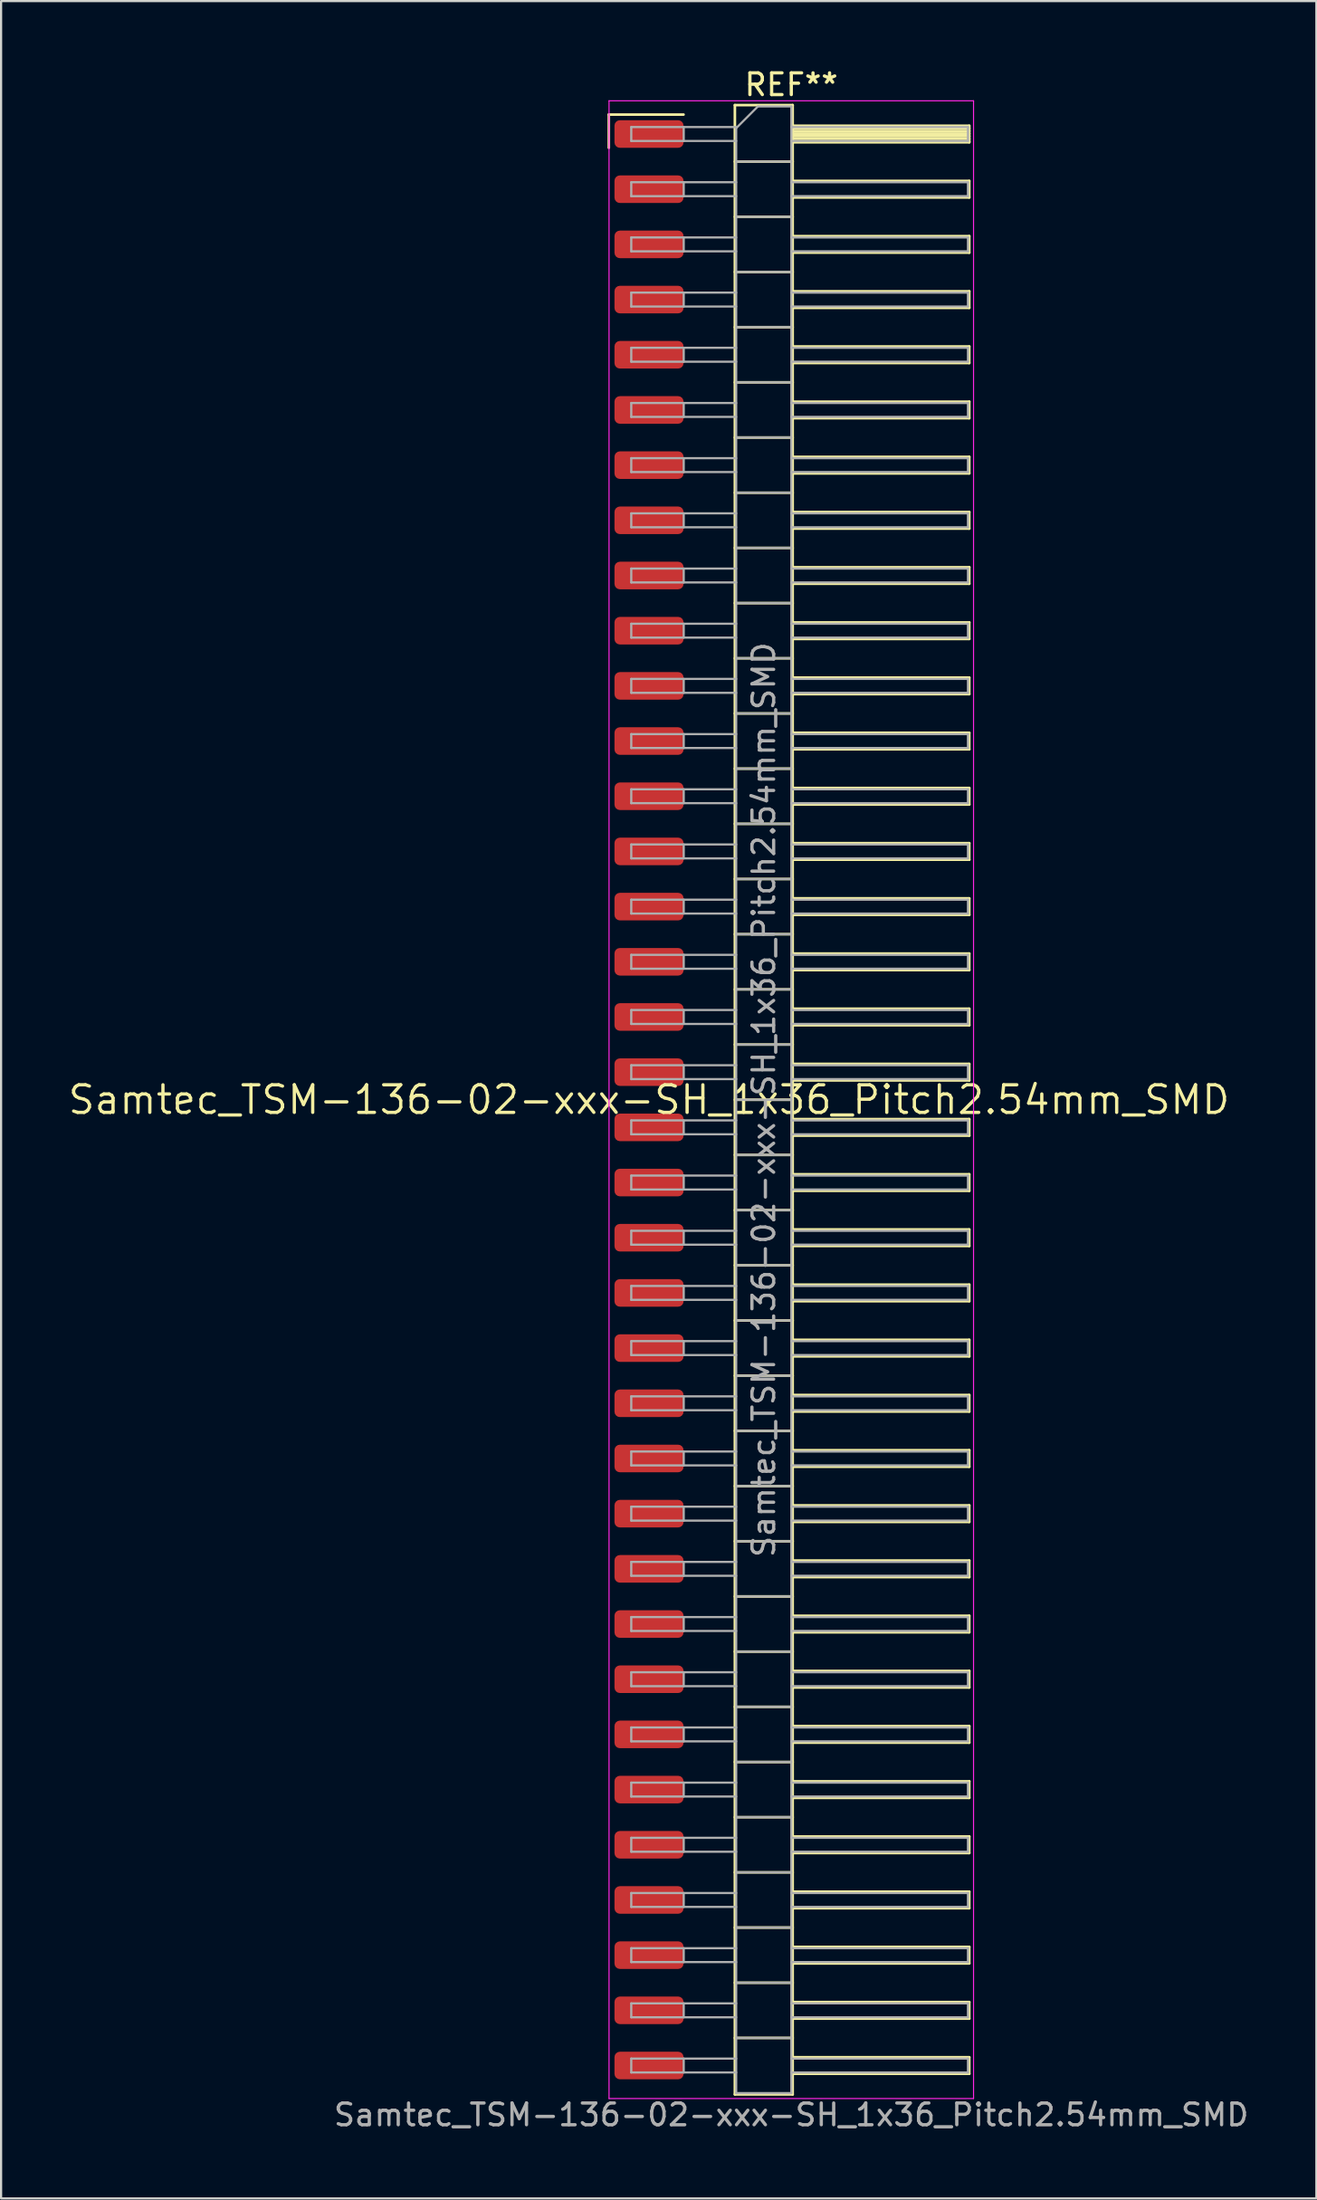
<source format=kicad_pcb>
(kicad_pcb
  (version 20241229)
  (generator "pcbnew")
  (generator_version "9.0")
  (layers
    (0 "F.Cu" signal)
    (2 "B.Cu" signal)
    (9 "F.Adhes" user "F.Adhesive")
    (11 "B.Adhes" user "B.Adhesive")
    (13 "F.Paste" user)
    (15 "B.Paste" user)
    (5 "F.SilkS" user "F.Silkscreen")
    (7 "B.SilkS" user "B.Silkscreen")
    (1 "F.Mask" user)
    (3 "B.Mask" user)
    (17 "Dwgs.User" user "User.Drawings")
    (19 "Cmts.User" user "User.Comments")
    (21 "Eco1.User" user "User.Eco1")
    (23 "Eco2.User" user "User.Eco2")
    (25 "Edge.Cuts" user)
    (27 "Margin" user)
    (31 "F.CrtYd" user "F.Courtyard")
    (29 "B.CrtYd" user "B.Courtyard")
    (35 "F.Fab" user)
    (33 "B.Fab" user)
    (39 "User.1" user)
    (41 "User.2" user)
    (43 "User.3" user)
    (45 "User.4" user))
  (footprint "Samtec_TSM-136-02-xxx-SH_1x36_Pitch2.54mm_SMD"
    (layer "F.Cu")
    (at 26.828 47.568)
    (property "Reference" "Samtec_TSM-136-02-xxx-SH_1x36_Pitch2.54mm_SMD" (at 0 0 0) (layer "F.SilkS") (effects (font (size 1.27 1.27) (thickness 0.15))))
    (attr smd)
    (fp_line (start -1.85 -45.345) (end 1.59 -45.345) (stroke (width 0.12) (type solid)) (layer "F.SilkS"))
    (fp_line (start -1.85 -43.815) (end -1.85 -45.345) (stroke (width 0.12) (type solid)) (layer "F.SilkS"))
    (fp_line (start 3.953 -45.78) (end 6.613 -45.78) (stroke (width 0.12) (type solid)) (layer "F.SilkS"))
    (fp_line (start 3.953 -43.18) (end 6.613 -43.18) (stroke (width 0.12) (type solid)) (layer "F.SilkS"))
    (fp_line (start 3.953 -40.64) (end 6.613 -40.64) (stroke (width 0.12) (type solid)) (layer "F.SilkS"))
    (fp_line (start 3.953 -38.1) (end 6.613 -38.1) (stroke (width 0.12) (type solid)) (layer "F.SilkS"))
    (fp_line (start 3.953 -35.56) (end 6.613 -35.56) (stroke (width 0.12) (type solid)) (layer "F.SilkS"))
    (fp_line (start 3.953 -33.02) (end 6.613 -33.02) (stroke (width 0.12) (type solid)) (layer "F.SilkS"))
    (fp_line (start 3.953 -30.48) (end 6.613 -30.48) (stroke (width 0.12) (type solid)) (layer "F.SilkS"))
    (fp_line (start 3.953 -27.94) (end 6.613 -27.94) (stroke (width 0.12) (type solid)) (layer "F.SilkS"))
    (fp_line (start 3.953 -25.4) (end 6.613 -25.4) (stroke (width 0.12) (type solid)) (layer "F.SilkS"))
    (fp_line (start 3.953 -22.86) (end 6.613 -22.86) (stroke (width 0.12) (type solid)) (layer "F.SilkS"))
    (fp_line (start 3.953 -20.32) (end 6.613 -20.32) (stroke (width 0.12) (type solid)) (layer "F.SilkS"))
    (fp_line (start 3.953 -17.78) (end 6.613 -17.78) (stroke (width 0.12) (type solid)) (layer "F.SilkS"))
    (fp_line (start 3.953 -15.24) (end 6.613 -15.24) (stroke (width 0.12) (type solid)) (layer "F.SilkS"))
    (fp_line (start 3.953 -12.7) (end 6.613 -12.7) (stroke (width 0.12) (type solid)) (layer "F.SilkS"))
    (fp_line (start 3.953 -10.16) (end 6.613 -10.16) (stroke (width 0.12) (type solid)) (layer "F.SilkS"))
    (fp_line (start 3.953 -7.62) (end 6.613 -7.62) (stroke (width 0.12) (type solid)) (layer "F.SilkS"))
    (fp_line (start 3.953 -5.08) (end 6.613 -5.08) (stroke (width 0.12) (type solid)) (layer "F.SilkS"))
    (fp_line (start 3.953 -2.54) (end 6.613 -2.54) (stroke (width 0.12) (type solid)) (layer "F.SilkS"))
    (fp_line (start 3.953 0) (end 6.613 0) (stroke (width 0.12) (type solid)) (layer "F.SilkS"))
    (fp_line (start 3.953 2.54) (end 6.613 2.54) (stroke (width 0.12) (type solid)) (layer "F.SilkS"))
    (fp_line (start 3.953 5.08) (end 6.613 5.08) (stroke (width 0.12) (type solid)) (layer "F.SilkS"))
    (fp_line (start 3.953 7.62) (end 6.613 7.62) (stroke (width 0.12) (type solid)) (layer "F.SilkS"))
    (fp_line (start 3.953 10.16) (end 6.613 10.16) (stroke (width 0.12) (type solid)) (layer "F.SilkS"))
    (fp_line (start 3.953 12.7) (end 6.613 12.7) (stroke (width 0.12) (type solid)) (layer "F.SilkS"))
    (fp_line (start 3.953 15.24) (end 6.613 15.24) (stroke (width 0.12) (type solid)) (layer "F.SilkS"))
    (fp_line (start 3.953 17.78) (end 6.613 17.78) (stroke (width 0.12) (type solid)) (layer "F.SilkS"))
    (fp_line (start 3.953 20.32) (end 6.613 20.32) (stroke (width 0.12) (type solid)) (layer "F.SilkS"))
    (fp_line (start 3.953 22.86) (end 6.613 22.86) (stroke (width 0.12) (type solid)) (layer "F.SilkS"))
    (fp_line (start 3.953 25.4) (end 6.613 25.4) (stroke (width 0.12) (type solid)) (layer "F.SilkS"))
    (fp_line (start 3.953 27.94) (end 6.613 27.94) (stroke (width 0.12) (type solid)) (layer "F.SilkS"))
    (fp_line (start 3.953 30.48) (end 6.613 30.48) (stroke (width 0.12) (type solid)) (layer "F.SilkS"))
    (fp_line (start 3.953 33.02) (end 6.613 33.02) (stroke (width 0.12) (type solid)) (layer "F.SilkS"))
    (fp_line (start 3.953 35.56) (end 6.613 35.56) (stroke (width 0.12) (type solid)) (layer "F.SilkS"))
    (fp_line (start 3.953 38.1) (end 6.613 38.1) (stroke (width 0.12) (type solid)) (layer "F.SilkS"))
    (fp_line (start 3.953 40.64) (end 6.613 40.64) (stroke (width 0.12) (type solid)) (layer "F.SilkS"))
    (fp_line (start 3.953 43.18) (end 6.613 43.18) (stroke (width 0.12) (type solid)) (layer "F.SilkS"))
    (fp_line (start 3.953 45.78) (end 3.953 -45.78) (stroke (width 0.12) (type solid)) (layer "F.SilkS"))
    (fp_line (start 6.613 -45.78) (end 6.613 45.78) (stroke (width 0.12) (type solid)) (layer "F.SilkS"))
    (fp_line (start 6.613 -44.83) (end 14.743 -44.83) (stroke (width 0.12) (type solid)) (layer "F.SilkS"))
    (fp_line (start 6.613 -44.71) (end 14.743 -44.71) (stroke (width 0.12) (type solid)) (layer "F.SilkS"))
    (fp_line (start 6.613 -44.59) (end 14.743 -44.59) (stroke (width 0.12) (type solid)) (layer "F.SilkS"))
    (fp_line (start 6.613 -44.47) (end 14.743 -44.47) (stroke (width 0.12) (type solid)) (layer "F.SilkS"))
    (fp_line (start 6.613 -44.35) (end 14.743 -44.35) (stroke (width 0.12) (type solid)) (layer "F.SilkS"))
    (fp_line (start 6.613 -44.23) (end 14.743 -44.23) (stroke (width 0.12) (type solid)) (layer "F.SilkS"))
    (fp_line (start 6.613 -44.11) (end 14.743 -44.11) (stroke (width 0.12) (type solid)) (layer "F.SilkS"))
    (fp_line (start 6.613 -44.07) (end 14.743 -44.07) (stroke (width 0.12) (type solid)) (layer "F.SilkS"))
    (fp_line (start 6.613 -42.29) (end 14.743 -42.29) (stroke (width 0.12) (type solid)) (layer "F.SilkS"))
    (fp_line (start 6.613 -41.53) (end 14.743 -41.53) (stroke (width 0.12) (type solid)) (layer "F.SilkS"))
    (fp_line (start 6.613 -39.75) (end 14.743 -39.75) (stroke (width 0.12) (type solid)) (layer "F.SilkS"))
    (fp_line (start 6.613 -38.99) (end 14.743 -38.99) (stroke (width 0.12) (type solid)) (layer "F.SilkS"))
    (fp_line (start 6.613 -37.21) (end 14.743 -37.21) (stroke (width 0.12) (type solid)) (layer "F.SilkS"))
    (fp_line (start 6.613 -36.45) (end 14.743 -36.45) (stroke (width 0.12) (type solid)) (layer "F.SilkS"))
    (fp_line (start 6.613 -34.67) (end 14.743 -34.67) (stroke (width 0.12) (type solid)) (layer "F.SilkS"))
    (fp_line (start 6.613 -33.91) (end 14.743 -33.91) (stroke (width 0.12) (type solid)) (layer "F.SilkS"))
    (fp_line (start 6.613 -32.13) (end 14.743 -32.13) (stroke (width 0.12) (type solid)) (layer "F.SilkS"))
    (fp_line (start 6.613 -31.37) (end 14.743 -31.37) (stroke (width 0.12) (type solid)) (layer "F.SilkS"))
    (fp_line (start 6.613 -29.59) (end 14.743 -29.59) (stroke (width 0.12) (type solid)) (layer "F.SilkS"))
    (fp_line (start 6.613 -28.83) (end 14.743 -28.83) (stroke (width 0.12) (type solid)) (layer "F.SilkS"))
    (fp_line (start 6.613 -27.05) (end 14.743 -27.05) (stroke (width 0.12) (type solid)) (layer "F.SilkS"))
    (fp_line (start 6.613 -26.29) (end 14.743 -26.29) (stroke (width 0.12) (type solid)) (layer "F.SilkS"))
    (fp_line (start 6.613 -24.51) (end 14.743 -24.51) (stroke (width 0.12) (type solid)) (layer "F.SilkS"))
    (fp_line (start 6.613 -23.75) (end 14.743 -23.75) (stroke (width 0.12) (type solid)) (layer "F.SilkS"))
    (fp_line (start 6.613 -21.97) (end 14.743 -21.97) (stroke (width 0.12) (type solid)) (layer "F.SilkS"))
    (fp_line (start 6.613 -21.21) (end 14.743 -21.21) (stroke (width 0.12) (type solid)) (layer "F.SilkS"))
    (fp_line (start 6.613 -19.43) (end 14.743 -19.43) (stroke (width 0.12) (type solid)) (layer "F.SilkS"))
    (fp_line (start 6.613 -18.67) (end 14.743 -18.67) (stroke (width 0.12) (type solid)) (layer "F.SilkS"))
    (fp_line (start 6.613 -16.89) (end 14.743 -16.89) (stroke (width 0.12) (type solid)) (layer "F.SilkS"))
    (fp_line (start 6.613 -16.13) (end 14.743 -16.13) (stroke (width 0.12) (type solid)) (layer "F.SilkS"))
    (fp_line (start 6.613 -14.35) (end 14.743 -14.35) (stroke (width 0.12) (type solid)) (layer "F.SilkS"))
    (fp_line (start 6.613 -13.59) (end 14.743 -13.59) (stroke (width 0.12) (type solid)) (layer "F.SilkS"))
    (fp_line (start 6.613 -11.81) (end 14.743 -11.81) (stroke (width 0.12) (type solid)) (layer "F.SilkS"))
    (fp_line (start 6.613 -11.05) (end 14.743 -11.05) (stroke (width 0.12) (type solid)) (layer "F.SilkS"))
    (fp_line (start 6.613 -9.27) (end 14.743 -9.27) (stroke (width 0.12) (type solid)) (layer "F.SilkS"))
    (fp_line (start 6.613 -8.51) (end 14.743 -8.51) (stroke (width 0.12) (type solid)) (layer "F.SilkS"))
    (fp_line (start 6.613 -6.73) (end 14.743 -6.73) (stroke (width 0.12) (type solid)) (layer "F.SilkS"))
    (fp_line (start 6.613 -5.97) (end 14.743 -5.97) (stroke (width 0.12) (type solid)) (layer "F.SilkS"))
    (fp_line (start 6.613 -4.19) (end 14.743 -4.19) (stroke (width 0.12) (type solid)) (layer "F.SilkS"))
    (fp_line (start 6.613 -3.43) (end 14.743 -3.43) (stroke (width 0.12) (type solid)) (layer "F.SilkS"))
    (fp_line (start 6.613 -1.65) (end 14.743 -1.65) (stroke (width 0.12) (type solid)) (layer "F.SilkS"))
    (fp_line (start 6.613 -0.89) (end 14.743 -0.89) (stroke (width 0.12) (type solid)) (layer "F.SilkS"))
    (fp_line (start 6.613 0.89) (end 14.743 0.89) (stroke (width 0.12) (type solid)) (layer "F.SilkS"))
    (fp_line (start 6.613 1.65) (end 14.743 1.65) (stroke (width 0.12) (type solid)) (layer "F.SilkS"))
    (fp_line (start 6.613 3.43) (end 14.743 3.43) (stroke (width 0.12) (type solid)) (layer "F.SilkS"))
    (fp_line (start 6.613 4.19) (end 14.743 4.19) (stroke (width 0.12) (type solid)) (layer "F.SilkS"))
    (fp_line (start 6.613 5.97) (end 14.743 5.97) (stroke (width 0.12) (type solid)) (layer "F.SilkS"))
    (fp_line (start 6.613 6.73) (end 14.743 6.73) (stroke (width 0.12) (type solid)) (layer "F.SilkS"))
    (fp_line (start 6.613 8.51) (end 14.743 8.51) (stroke (width 0.12) (type solid)) (layer "F.SilkS"))
    (fp_line (start 6.613 9.27) (end 14.743 9.27) (stroke (width 0.12) (type solid)) (layer "F.SilkS"))
    (fp_line (start 6.613 11.05) (end 14.743 11.05) (stroke (width 0.12) (type solid)) (layer "F.SilkS"))
    (fp_line (start 6.613 11.81) (end 14.743 11.81) (stroke (width 0.12) (type solid)) (layer "F.SilkS"))
    (fp_line (start 6.613 13.59) (end 14.743 13.59) (stroke (width 0.12) (type solid)) (layer "F.SilkS"))
    (fp_line (start 6.613 14.35) (end 14.743 14.35) (stroke (width 0.12) (type solid)) (layer "F.SilkS"))
    (fp_line (start 6.613 16.13) (end 14.743 16.13) (stroke (width 0.12) (type solid)) (layer "F.SilkS"))
    (fp_line (start 6.613 16.89) (end 14.743 16.89) (stroke (width 0.12) (type solid)) (layer "F.SilkS"))
    (fp_line (start 6.613 18.67) (end 14.743 18.67) (stroke (width 0.12) (type solid)) (layer "F.SilkS"))
    (fp_line (start 6.613 19.43) (end 14.743 19.43) (stroke (width 0.12) (type solid)) (layer "F.SilkS"))
    (fp_line (start 6.613 21.21) (end 14.743 21.21) (stroke (width 0.12) (type solid)) (layer "F.SilkS"))
    (fp_line (start 6.613 21.97) (end 14.743 21.97) (stroke (width 0.12) (type solid)) (layer "F.SilkS"))
    (fp_line (start 6.613 23.75) (end 14.743 23.75) (stroke (width 0.12) (type solid)) (layer "F.SilkS"))
    (fp_line (start 6.613 24.51) (end 14.743 24.51) (stroke (width 0.12) (type solid)) (layer "F.SilkS"))
    (fp_line (start 6.613 26.29) (end 14.743 26.29) (stroke (width 0.12) (type solid)) (layer "F.SilkS"))
    (fp_line (start 6.613 27.05) (end 14.743 27.05) (stroke (width 0.12) (type solid)) (layer "F.SilkS"))
    (fp_line (start 6.613 28.83) (end 14.743 28.83) (stroke (width 0.12) (type solid)) (layer "F.SilkS"))
    (fp_line (start 6.613 29.59) (end 14.743 29.59) (stroke (width 0.12) (type solid)) (layer "F.SilkS"))
    (fp_line (start 6.613 31.37) (end 14.743 31.37) (stroke (width 0.12) (type solid)) (layer "F.SilkS"))
    (fp_line (start 6.613 32.13) (end 14.743 32.13) (stroke (width 0.12) (type solid)) (layer "F.SilkS"))
    (fp_line (start 6.613 33.91) (end 14.743 33.91) (stroke (width 0.12) (type solid)) (layer "F.SilkS"))
    (fp_line (start 6.613 34.67) (end 14.743 34.67) (stroke (width 0.12) (type solid)) (layer "F.SilkS"))
    (fp_line (start 6.613 36.45) (end 14.743 36.45) (stroke (width 0.12) (type solid)) (layer "F.SilkS"))
    (fp_line (start 6.613 37.21) (end 14.743 37.21) (stroke (width 0.12) (type solid)) (layer "F.SilkS"))
    (fp_line (start 6.613 38.99) (end 14.743 38.99) (stroke (width 0.12) (type solid)) (layer "F.SilkS"))
    (fp_line (start 6.613 39.75) (end 14.743 39.75) (stroke (width 0.12) (type solid)) (layer "F.SilkS"))
    (fp_line (start 6.613 41.53) (end 14.743 41.53) (stroke (width 0.12) (type solid)) (layer "F.SilkS"))
    (fp_line (start 6.613 42.29) (end 14.743 42.29) (stroke (width 0.12) (type solid)) (layer "F.SilkS"))
    (fp_line (start 6.613 44.07) (end 14.743 44.07) (stroke (width 0.12) (type solid)) (layer "F.SilkS"))
    (fp_line (start 6.613 44.83) (end 14.743 44.83) (stroke (width 0.12) (type solid)) (layer "F.SilkS"))
    (fp_line (start 6.613 45.78) (end 3.953 45.78) (stroke (width 0.12) (type solid)) (layer "F.SilkS"))
    (fp_line (start 14.743 -44.83) (end 14.743 -44.07) (stroke (width 0.12) (type solid)) (layer "F.SilkS"))
    (fp_line (start 14.743 -42.29) (end 14.743 -41.53) (stroke (width 0.12) (type solid)) (layer "F.SilkS"))
    (fp_line (start 14.743 -39.75) (end 14.743 -38.99) (stroke (width 0.12) (type solid)) (layer "F.SilkS"))
    (fp_line (start 14.743 -37.21) (end 14.743 -36.45) (stroke (width 0.12) (type solid)) (layer "F.SilkS"))
    (fp_line (start 14.743 -34.67) (end 14.743 -33.91) (stroke (width 0.12) (type solid)) (layer "F.SilkS"))
    (fp_line (start 14.743 -32.13) (end 14.743 -31.37) (stroke (width 0.12) (type solid)) (layer "F.SilkS"))
    (fp_line (start 14.743 -29.59) (end 14.743 -28.83) (stroke (width 0.12) (type solid)) (layer "F.SilkS"))
    (fp_line (start 14.743 -27.05) (end 14.743 -26.29) (stroke (width 0.12) (type solid)) (layer "F.SilkS"))
    (fp_line (start 14.743 -24.51) (end 14.743 -23.75) (stroke (width 0.12) (type solid)) (layer "F.SilkS"))
    (fp_line (start 14.743 -21.97) (end 14.743 -21.21) (stroke (width 0.12) (type solid)) (layer "F.SilkS"))
    (fp_line (start 14.743 -19.43) (end 14.743 -18.67) (stroke (width 0.12) (type solid)) (layer "F.SilkS"))
    (fp_line (start 14.743 -16.89) (end 14.743 -16.13) (stroke (width 0.12) (type solid)) (layer "F.SilkS"))
    (fp_line (start 14.743 -14.35) (end 14.743 -13.59) (stroke (width 0.12) (type solid)) (layer "F.SilkS"))
    (fp_line (start 14.743 -11.81) (end 14.743 -11.05) (stroke (width 0.12) (type solid)) (layer "F.SilkS"))
    (fp_line (start 14.743 -9.27) (end 14.743 -8.51) (stroke (width 0.12) (type solid)) (layer "F.SilkS"))
    (fp_line (start 14.743 -6.73) (end 14.743 -5.97) (stroke (width 0.12) (type solid)) (layer "F.SilkS"))
    (fp_line (start 14.743 -4.19) (end 14.743 -3.43) (stroke (width 0.12) (type solid)) (layer "F.SilkS"))
    (fp_line (start 14.743 -1.65) (end 14.743 -0.89) (stroke (width 0.12) (type solid)) (layer "F.SilkS"))
    (fp_line (start 14.743 0.89) (end 14.743 1.65) (stroke (width 0.12) (type solid)) (layer "F.SilkS"))
    (fp_line (start 14.743 3.43) (end 14.743 4.19) (stroke (width 0.12) (type solid)) (layer "F.SilkS"))
    (fp_line (start 14.743 5.97) (end 14.743 6.73) (stroke (width 0.12) (type solid)) (layer "F.SilkS"))
    (fp_line (start 14.743 8.51) (end 14.743 9.27) (stroke (width 0.12) (type solid)) (layer "F.SilkS"))
    (fp_line (start 14.743 11.05) (end 14.743 11.81) (stroke (width 0.12) (type solid)) (layer "F.SilkS"))
    (fp_line (start 14.743 13.59) (end 14.743 14.35) (stroke (width 0.12) (type solid)) (layer "F.SilkS"))
    (fp_line (start 14.743 16.13) (end 14.743 16.89) (stroke (width 0.12) (type solid)) (layer "F.SilkS"))
    (fp_line (start 14.743 18.67) (end 14.743 19.43) (stroke (width 0.12) (type solid)) (layer "F.SilkS"))
    (fp_line (start 14.743 21.21) (end 14.743 21.97) (stroke (width 0.12) (type solid)) (layer "F.SilkS"))
    (fp_line (start 14.743 23.75) (end 14.743 24.51) (stroke (width 0.12) (type solid)) (layer "F.SilkS"))
    (fp_line (start 14.743 26.29) (end 14.743 27.05) (stroke (width 0.12) (type solid)) (layer "F.SilkS"))
    (fp_line (start 14.743 28.83) (end 14.743 29.59) (stroke (width 0.12) (type solid)) (layer "F.SilkS"))
    (fp_line (start 14.743 31.37) (end 14.743 32.13) (stroke (width 0.12) (type solid)) (layer "F.SilkS"))
    (fp_line (start 14.743 33.91) (end 14.743 34.67) (stroke (width 0.12) (type solid)) (layer "F.SilkS"))
    (fp_line (start 14.743 36.45) (end 14.743 37.21) (stroke (width 0.12) (type solid)) (layer "F.SilkS"))
    (fp_line (start 14.743 38.99) (end 14.743 39.75) (stroke (width 0.12) (type solid)) (layer "F.SilkS"))
    (fp_line (start 14.743 41.53) (end 14.743 42.29) (stroke (width 0.12) (type solid)) (layer "F.SilkS"))
    (fp_line (start 14.743 44.07) (end 14.743 44.83) (stroke (width 0.12) (type solid)) (layer "F.SilkS"))
    (fp_line (start -1.84 -45.98) (end 14.94 -45.98) (stroke (width 0.05) (type solid)) (layer "F.CrtYd"))
    (fp_line (start -1.84 45.97) (end -1.84 -45.98) (stroke (width 0.05) (type solid)) (layer "F.CrtYd"))
    (fp_line (start 14.94 -45.98) (end 14.94 45.97) (stroke (width 0.05) (type solid)) (layer "F.CrtYd"))
    (fp_line (start 14.94 45.97) (end -1.84 45.97) (stroke (width 0.05) (type solid)) (layer "F.CrtYd"))
    (fp_line (start -0.817 -44.77) (end -0.817 -44.13) (stroke (width 0.1) (type solid)) (layer "F.Fab"))
    (fp_line (start -0.817 -44.77) (end 4.013 -44.77) (stroke (width 0.1) (type solid)) (layer "F.Fab"))
    (fp_line (start -0.817 -44.13) (end 4.013 -44.13) (stroke (width 0.1) (type solid)) (layer "F.Fab"))
    (fp_line (start -0.817 -42.23) (end -0.817 -41.59) (stroke (width 0.1) (type solid)) (layer "F.Fab"))
    (fp_line (start -0.817 -42.23) (end 4.013 -42.23) (stroke (width 0.1) (type solid)) (layer "F.Fab"))
    (fp_line (start -0.817 -41.59) (end 4.013 -41.59) (stroke (width 0.1) (type solid)) (layer "F.Fab"))
    (fp_line (start -0.817 -39.69) (end -0.817 -39.05) (stroke (width 0.1) (type solid)) (layer "F.Fab"))
    (fp_line (start -0.817 -39.69) (end 4.013 -39.69) (stroke (width 0.1) (type solid)) (layer "F.Fab"))
    (fp_line (start -0.817 -39.05) (end 4.013 -39.05) (stroke (width 0.1) (type solid)) (layer "F.Fab"))
    (fp_line (start -0.817 -37.15) (end -0.817 -36.51) (stroke (width 0.1) (type solid)) (layer "F.Fab"))
    (fp_line (start -0.817 -37.15) (end 4.013 -37.15) (stroke (width 0.1) (type solid)) (layer "F.Fab"))
    (fp_line (start -0.817 -36.51) (end 4.013 -36.51) (stroke (width 0.1) (type solid)) (layer "F.Fab"))
    (fp_line (start -0.817 -34.61) (end -0.817 -33.97) (stroke (width 0.1) (type solid)) (layer "F.Fab"))
    (fp_line (start -0.817 -34.61) (end 4.013 -34.61) (stroke (width 0.1) (type solid)) (layer "F.Fab"))
    (fp_line (start -0.817 -33.97) (end 4.013 -33.97) (stroke (width 0.1) (type solid)) (layer "F.Fab"))
    (fp_line (start -0.817 -32.07) (end -0.817 -31.43) (stroke (width 0.1) (type solid)) (layer "F.Fab"))
    (fp_line (start -0.817 -32.07) (end 4.013 -32.07) (stroke (width 0.1) (type solid)) (layer "F.Fab"))
    (fp_line (start -0.817 -31.43) (end 4.013 -31.43) (stroke (width 0.1) (type solid)) (layer "F.Fab"))
    (fp_line (start -0.817 -29.53) (end -0.817 -28.89) (stroke (width 0.1) (type solid)) (layer "F.Fab"))
    (fp_line (start -0.817 -29.53) (end 4.013 -29.53) (stroke (width 0.1) (type solid)) (layer "F.Fab"))
    (fp_line (start -0.817 -28.89) (end 4.013 -28.89) (stroke (width 0.1) (type solid)) (layer "F.Fab"))
    (fp_line (start -0.817 -26.99) (end -0.817 -26.35) (stroke (width 0.1) (type solid)) (layer "F.Fab"))
    (fp_line (start -0.817 -26.99) (end 4.013 -26.99) (stroke (width 0.1) (type solid)) (layer "F.Fab"))
    (fp_line (start -0.817 -26.35) (end 4.013 -26.35) (stroke (width 0.1) (type solid)) (layer "F.Fab"))
    (fp_line (start -0.817 -24.45) (end -0.817 -23.81) (stroke (width 0.1) (type solid)) (layer "F.Fab"))
    (fp_line (start -0.817 -24.45) (end 4.013 -24.45) (stroke (width 0.1) (type solid)) (layer "F.Fab"))
    (fp_line (start -0.817 -23.81) (end 4.013 -23.81) (stroke (width 0.1) (type solid)) (layer "F.Fab"))
    (fp_line (start -0.817 -21.91) (end -0.817 -21.27) (stroke (width 0.1) (type solid)) (layer "F.Fab"))
    (fp_line (start -0.817 -21.91) (end 4.013 -21.91) (stroke (width 0.1) (type solid)) (layer "F.Fab"))
    (fp_line (start -0.817 -21.27) (end 4.013 -21.27) (stroke (width 0.1) (type solid)) (layer "F.Fab"))
    (fp_line (start -0.817 -19.37) (end -0.817 -18.73) (stroke (width 0.1) (type solid)) (layer "F.Fab"))
    (fp_line (start -0.817 -19.37) (end 4.013 -19.37) (stroke (width 0.1) (type solid)) (layer "F.Fab"))
    (fp_line (start -0.817 -18.73) (end 4.013 -18.73) (stroke (width 0.1) (type solid)) (layer "F.Fab"))
    (fp_line (start -0.817 -16.83) (end -0.817 -16.19) (stroke (width 0.1) (type solid)) (layer "F.Fab"))
    (fp_line (start -0.817 -16.83) (end 4.013 -16.83) (stroke (width 0.1) (type solid)) (layer "F.Fab"))
    (fp_line (start -0.817 -16.19) (end 4.013 -16.19) (stroke (width 0.1) (type solid)) (layer "F.Fab"))
    (fp_line (start -0.817 -14.29) (end -0.817 -13.65) (stroke (width 0.1) (type solid)) (layer "F.Fab"))
    (fp_line (start -0.817 -14.29) (end 4.013 -14.29) (stroke (width 0.1) (type solid)) (layer "F.Fab"))
    (fp_line (start -0.817 -13.65) (end 4.013 -13.65) (stroke (width 0.1) (type solid)) (layer "F.Fab"))
    (fp_line (start -0.817 -11.75) (end -0.817 -11.11) (stroke (width 0.1) (type solid)) (layer "F.Fab"))
    (fp_line (start -0.817 -11.75) (end 4.013 -11.75) (stroke (width 0.1) (type solid)) (layer "F.Fab"))
    (fp_line (start -0.817 -11.11) (end 4.013 -11.11) (stroke (width 0.1) (type solid)) (layer "F.Fab"))
    (fp_line (start -0.817 -9.21) (end -0.817 -8.57) (stroke (width 0.1) (type solid)) (layer "F.Fab"))
    (fp_line (start -0.817 -9.21) (end 4.013 -9.21) (stroke (width 0.1) (type solid)) (layer "F.Fab"))
    (fp_line (start -0.817 -8.57) (end 4.013 -8.57) (stroke (width 0.1) (type solid)) (layer "F.Fab"))
    (fp_line (start -0.817 -6.67) (end -0.817 -6.03) (stroke (width 0.1) (type solid)) (layer "F.Fab"))
    (fp_line (start -0.817 -6.67) (end 4.013 -6.67) (stroke (width 0.1) (type solid)) (layer "F.Fab"))
    (fp_line (start -0.817 -6.03) (end 4.013 -6.03) (stroke (width 0.1) (type solid)) (layer "F.Fab"))
    (fp_line (start -0.817 -4.13) (end -0.817 -3.49) (stroke (width 0.1) (type solid)) (layer "F.Fab"))
    (fp_line (start -0.817 -4.13) (end 4.013 -4.13) (stroke (width 0.1) (type solid)) (layer "F.Fab"))
    (fp_line (start -0.817 -3.49) (end 4.013 -3.49) (stroke (width 0.1) (type solid)) (layer "F.Fab"))
    (fp_line (start -0.817 -1.59) (end -0.817 -0.95) (stroke (width 0.1) (type solid)) (layer "F.Fab"))
    (fp_line (start -0.817 -1.59) (end 4.013 -1.59) (stroke (width 0.1) (type solid)) (layer "F.Fab"))
    (fp_line (start -0.817 -0.95) (end 4.013 -0.95) (stroke (width 0.1) (type solid)) (layer "F.Fab"))
    (fp_line (start -0.817 0.95) (end -0.817 1.59) (stroke (width 0.1) (type solid)) (layer "F.Fab"))
    (fp_line (start -0.817 0.95) (end 4.013 0.95) (stroke (width 0.1) (type solid)) (layer "F.Fab"))
    (fp_line (start -0.817 1.59) (end 4.013 1.59) (stroke (width 0.1) (type solid)) (layer "F.Fab"))
    (fp_line (start -0.817 3.49) (end -0.817 4.13) (stroke (width 0.1) (type solid)) (layer "F.Fab"))
    (fp_line (start -0.817 3.49) (end 4.013 3.49) (stroke (width 0.1) (type solid)) (layer "F.Fab"))
    (fp_line (start -0.817 4.13) (end 4.013 4.13) (stroke (width 0.1) (type solid)) (layer "F.Fab"))
    (fp_line (start -0.817 6.03) (end -0.817 6.67) (stroke (width 0.1) (type solid)) (layer "F.Fab"))
    (fp_line (start -0.817 6.03) (end 4.013 6.03) (stroke (width 0.1) (type solid)) (layer "F.Fab"))
    (fp_line (start -0.817 6.67) (end 4.013 6.67) (stroke (width 0.1) (type solid)) (layer "F.Fab"))
    (fp_line (start -0.817 8.57) (end -0.817 9.21) (stroke (width 0.1) (type solid)) (layer "F.Fab"))
    (fp_line (start -0.817 8.57) (end 4.013 8.57) (stroke (width 0.1) (type solid)) (layer "F.Fab"))
    (fp_line (start -0.817 9.21) (end 4.013 9.21) (stroke (width 0.1) (type solid)) (layer "F.Fab"))
    (fp_line (start -0.817 11.11) (end -0.817 11.75) (stroke (width 0.1) (type solid)) (layer "F.Fab"))
    (fp_line (start -0.817 11.11) (end 4.013 11.11) (stroke (width 0.1) (type solid)) (layer "F.Fab"))
    (fp_line (start -0.817 11.75) (end 4.013 11.75) (stroke (width 0.1) (type solid)) (layer "F.Fab"))
    (fp_line (start -0.817 13.65) (end -0.817 14.29) (stroke (width 0.1) (type solid)) (layer "F.Fab"))
    (fp_line (start -0.817 13.65) (end 4.013 13.65) (stroke (width 0.1) (type solid)) (layer "F.Fab"))
    (fp_line (start -0.817 14.29) (end 4.013 14.29) (stroke (width 0.1) (type solid)) (layer "F.Fab"))
    (fp_line (start -0.817 16.19) (end -0.817 16.83) (stroke (width 0.1) (type solid)) (layer "F.Fab"))
    (fp_line (start -0.817 16.19) (end 4.013 16.19) (stroke (width 0.1) (type solid)) (layer "F.Fab"))
    (fp_line (start -0.817 16.83) (end 4.013 16.83) (stroke (width 0.1) (type solid)) (layer "F.Fab"))
    (fp_line (start -0.817 18.73) (end -0.817 19.37) (stroke (width 0.1) (type solid)) (layer "F.Fab"))
    (fp_line (start -0.817 18.73) (end 4.013 18.73) (stroke (width 0.1) (type solid)) (layer "F.Fab"))
    (fp_line (start -0.817 19.37) (end 4.013 19.37) (stroke (width 0.1) (type solid)) (layer "F.Fab"))
    (fp_line (start -0.817 21.27) (end -0.817 21.91) (stroke (width 0.1) (type solid)) (layer "F.Fab"))
    (fp_line (start -0.817 21.27) (end 4.013 21.27) (stroke (width 0.1) (type solid)) (layer "F.Fab"))
    (fp_line (start -0.817 21.91) (end 4.013 21.91) (stroke (width 0.1) (type solid)) (layer "F.Fab"))
    (fp_line (start -0.817 23.81) (end -0.817 24.45) (stroke (width 0.1) (type solid)) (layer "F.Fab"))
    (fp_line (start -0.817 23.81) (end 4.013 23.81) (stroke (width 0.1) (type solid)) (layer "F.Fab"))
    (fp_line (start -0.817 24.45) (end 4.013 24.45) (stroke (width 0.1) (type solid)) (layer "F.Fab"))
    (fp_line (start -0.817 26.35) (end -0.817 26.99) (stroke (width 0.1) (type solid)) (layer "F.Fab"))
    (fp_line (start -0.817 26.35) (end 4.013 26.35) (stroke (width 0.1) (type solid)) (layer "F.Fab"))
    (fp_line (start -0.817 26.99) (end 4.013 26.99) (stroke (width 0.1) (type solid)) (layer "F.Fab"))
    (fp_line (start -0.817 28.89) (end -0.817 29.53) (stroke (width 0.1) (type solid)) (layer "F.Fab"))
    (fp_line (start -0.817 28.89) (end 4.013 28.89) (stroke (width 0.1) (type solid)) (layer "F.Fab"))
    (fp_line (start -0.817 29.53) (end 4.013 29.53) (stroke (width 0.1) (type solid)) (layer "F.Fab"))
    (fp_line (start -0.817 31.43) (end -0.817 32.07) (stroke (width 0.1) (type solid)) (layer "F.Fab"))
    (fp_line (start -0.817 31.43) (end 4.013 31.43) (stroke (width 0.1) (type solid)) (layer "F.Fab"))
    (fp_line (start -0.817 32.07) (end 4.013 32.07) (stroke (width 0.1) (type solid)) (layer "F.Fab"))
    (fp_line (start -0.817 33.97) (end -0.817 34.61) (stroke (width 0.1) (type solid)) (layer "F.Fab"))
    (fp_line (start -0.817 33.97) (end 4.013 33.97) (stroke (width 0.1) (type solid)) (layer "F.Fab"))
    (fp_line (start -0.817 34.61) (end 4.013 34.61) (stroke (width 0.1) (type solid)) (layer "F.Fab"))
    (fp_line (start -0.817 36.51) (end -0.817 37.15) (stroke (width 0.1) (type solid)) (layer "F.Fab"))
    (fp_line (start -0.817 36.51) (end 4.013 36.51) (stroke (width 0.1) (type solid)) (layer "F.Fab"))
    (fp_line (start -0.817 37.15) (end 4.013 37.15) (stroke (width 0.1) (type solid)) (layer "F.Fab"))
    (fp_line (start -0.817 39.05) (end -0.817 39.69) (stroke (width 0.1) (type solid)) (layer "F.Fab"))
    (fp_line (start -0.817 39.05) (end 4.013 39.05) (stroke (width 0.1) (type solid)) (layer "F.Fab"))
    (fp_line (start -0.817 39.69) (end 4.013 39.69) (stroke (width 0.1) (type solid)) (layer "F.Fab"))
    (fp_line (start -0.817 41.59) (end -0.817 42.23) (stroke (width 0.1) (type solid)) (layer "F.Fab"))
    (fp_line (start -0.817 41.59) (end 4.013 41.59) (stroke (width 0.1) (type solid)) (layer "F.Fab"))
    (fp_line (start -0.817 42.23) (end 4.013 42.23) (stroke (width 0.1) (type solid)) (layer "F.Fab"))
    (fp_line (start -0.817 44.13) (end -0.817 44.77) (stroke (width 0.1) (type solid)) (layer "F.Fab"))
    (fp_line (start -0.817 44.13) (end 4.013 44.13) (stroke (width 0.1) (type solid)) (layer "F.Fab"))
    (fp_line (start -0.817 44.77) (end 4.013 44.77) (stroke (width 0.1) (type solid)) (layer "F.Fab"))
    (fp_line (start 1.598 -44.77) (end 1.598 -44.13) (stroke (width 0.1) (type solid)) (layer "F.Fab"))
    (fp_line (start 1.598 -42.23) (end 1.598 -41.59) (stroke (width 0.1) (type solid)) (layer "F.Fab"))
    (fp_line (start 1.598 -39.69) (end 1.598 -39.05) (stroke (width 0.1) (type solid)) (layer "F.Fab"))
    (fp_line (start 1.598 -37.15) (end 1.598 -36.51) (stroke (width 0.1) (type solid)) (layer "F.Fab"))
    (fp_line (start 1.598 -34.61) (end 1.598 -33.97) (stroke (width 0.1) (type solid)) (layer "F.Fab"))
    (fp_line (start 1.598 -32.07) (end 1.598 -31.43) (stroke (width 0.1) (type solid)) (layer "F.Fab"))
    (fp_line (start 1.598 -29.53) (end 1.598 -28.89) (stroke (width 0.1) (type solid)) (layer "F.Fab"))
    (fp_line (start 1.598 -26.99) (end 1.598 -26.35) (stroke (width 0.1) (type solid)) (layer "F.Fab"))
    (fp_line (start 1.598 -24.45) (end 1.598 -23.81) (stroke (width 0.1) (type solid)) (layer "F.Fab"))
    (fp_line (start 1.598 -21.91) (end 1.598 -21.27) (stroke (width 0.1) (type solid)) (layer "F.Fab"))
    (fp_line (start 1.598 -19.37) (end 1.598 -18.73) (stroke (width 0.1) (type solid)) (layer "F.Fab"))
    (fp_line (start 1.598 -16.83) (end 1.598 -16.19) (stroke (width 0.1) (type solid)) (layer "F.Fab"))
    (fp_line (start 1.598 -14.29) (end 1.598 -13.65) (stroke (width 0.1) (type solid)) (layer "F.Fab"))
    (fp_line (start 1.598 -11.75) (end 1.598 -11.11) (stroke (width 0.1) (type solid)) (layer "F.Fab"))
    (fp_line (start 1.598 -9.21) (end 1.598 -8.57) (stroke (width 0.1) (type solid)) (layer "F.Fab"))
    (fp_line (start 1.598 -6.67) (end 1.598 -6.03) (stroke (width 0.1) (type solid)) (layer "F.Fab"))
    (fp_line (start 1.598 -4.13) (end 1.598 -3.49) (stroke (width 0.1) (type solid)) (layer "F.Fab"))
    (fp_line (start 1.598 -1.59) (end 1.598 -0.95) (stroke (width 0.1) (type solid)) (layer "F.Fab"))
    (fp_line (start 1.598 0.95) (end 1.598 1.59) (stroke (width 0.1) (type solid)) (layer "F.Fab"))
    (fp_line (start 1.598 3.49) (end 1.598 4.13) (stroke (width 0.1) (type solid)) (layer "F.Fab"))
    (fp_line (start 1.598 6.03) (end 1.598 6.67) (stroke (width 0.1) (type solid)) (layer "F.Fab"))
    (fp_line (start 1.598 8.57) (end 1.598 9.21) (stroke (width 0.1) (type solid)) (layer "F.Fab"))
    (fp_line (start 1.598 11.11) (end 1.598 11.75) (stroke (width 0.1) (type solid)) (layer "F.Fab"))
    (fp_line (start 1.598 13.65) (end 1.598 14.29) (stroke (width 0.1) (type solid)) (layer "F.Fab"))
    (fp_line (start 1.598 16.19) (end 1.598 16.83) (stroke (width 0.1) (type solid)) (layer "F.Fab"))
    (fp_line (start 1.598 18.73) (end 1.598 19.37) (stroke (width 0.1) (type solid)) (layer "F.Fab"))
    (fp_line (start 1.598 21.27) (end 1.598 21.91) (stroke (width 0.1) (type solid)) (layer "F.Fab"))
    (fp_line (start 1.598 23.81) (end 1.598 24.45) (stroke (width 0.1) (type solid)) (layer "F.Fab"))
    (fp_line (start 1.598 26.35) (end 1.598 26.99) (stroke (width 0.1) (type solid)) (layer "F.Fab"))
    (fp_line (start 1.598 28.89) (end 1.598 29.53) (stroke (width 0.1) (type solid)) (layer "F.Fab"))
    (fp_line (start 1.598 31.43) (end 1.598 32.07) (stroke (width 0.1) (type solid)) (layer "F.Fab"))
    (fp_line (start 1.598 33.97) (end 1.598 34.61) (stroke (width 0.1) (type solid)) (layer "F.Fab"))
    (fp_line (start 1.598 36.51) (end 1.598 37.15) (stroke (width 0.1) (type solid)) (layer "F.Fab"))
    (fp_line (start 1.598 39.05) (end 1.598 39.69) (stroke (width 0.1) (type solid)) (layer "F.Fab"))
    (fp_line (start 1.598 41.59) (end 1.598 42.23) (stroke (width 0.1) (type solid)) (layer "F.Fab"))
    (fp_line (start 1.598 44.13) (end 1.598 44.77) (stroke (width 0.1) (type solid)) (layer "F.Fab"))
    (fp_line (start 4.013 -44.72) (end 5.013 -45.72) (stroke (width 0.1) (type solid)) (layer "F.Fab"))
    (fp_line (start 4.013 -43.18) (end 6.553 -43.18) (stroke (width 0.1) (type solid)) (layer "F.Fab"))
    (fp_line (start 4.013 -40.64) (end 6.553 -40.64) (stroke (width 0.1) (type solid)) (layer "F.Fab"))
    (fp_line (start 4.013 -38.1) (end 6.553 -38.1) (stroke (width 0.1) (type solid)) (layer "F.Fab"))
    (fp_line (start 4.013 -35.56) (end 6.553 -35.56) (stroke (width 0.1) (type solid)) (layer "F.Fab"))
    (fp_line (start 4.013 -33.02) (end 6.553 -33.02) (stroke (width 0.1) (type solid)) (layer "F.Fab"))
    (fp_line (start 4.013 -30.48) (end 6.553 -30.48) (stroke (width 0.1) (type solid)) (layer "F.Fab"))
    (fp_line (start 4.013 -27.94) (end 6.553 -27.94) (stroke (width 0.1) (type solid)) (layer "F.Fab"))
    (fp_line (start 4.013 -25.4) (end 6.553 -25.4) (stroke (width 0.1) (type solid)) (layer "F.Fab"))
    (fp_line (start 4.013 -22.86) (end 6.553 -22.86) (stroke (width 0.1) (type solid)) (layer "F.Fab"))
    (fp_line (start 4.013 -20.32) (end 6.553 -20.32) (stroke (width 0.1) (type solid)) (layer "F.Fab"))
    (fp_line (start 4.013 -17.78) (end 6.553 -17.78) (stroke (width 0.1) (type solid)) (layer "F.Fab"))
    (fp_line (start 4.013 -15.24) (end 6.553 -15.24) (stroke (width 0.1) (type solid)) (layer "F.Fab"))
    (fp_line (start 4.013 -12.7) (end 6.553 -12.7) (stroke (width 0.1) (type solid)) (layer "F.Fab"))
    (fp_line (start 4.013 -10.16) (end 6.553 -10.16) (stroke (width 0.1) (type solid)) (layer "F.Fab"))
    (fp_line (start 4.013 -7.62) (end 6.553 -7.62) (stroke (width 0.1) (type solid)) (layer "F.Fab"))
    (fp_line (start 4.013 -5.08) (end 6.553 -5.08) (stroke (width 0.1) (type solid)) (layer "F.Fab"))
    (fp_line (start 4.013 -2.54) (end 6.553 -2.54) (stroke (width 0.1) (type solid)) (layer "F.Fab"))
    (fp_line (start 4.013 0) (end 6.553 0) (stroke (width 0.1) (type solid)) (layer "F.Fab"))
    (fp_line (start 4.013 2.54) (end 6.553 2.54) (stroke (width 0.1) (type solid)) (layer "F.Fab"))
    (fp_line (start 4.013 5.08) (end 6.553 5.08) (stroke (width 0.1) (type solid)) (layer "F.Fab"))
    (fp_line (start 4.013 7.62) (end 6.553 7.62) (stroke (width 0.1) (type solid)) (layer "F.Fab"))
    (fp_line (start 4.013 10.16) (end 6.553 10.16) (stroke (width 0.1) (type solid)) (layer "F.Fab"))
    (fp_line (start 4.013 12.7) (end 6.553 12.7) (stroke (width 0.1) (type solid)) (layer "F.Fab"))
    (fp_line (start 4.013 15.24) (end 6.553 15.24) (stroke (width 0.1) (type solid)) (layer "F.Fab"))
    (fp_line (start 4.013 17.78) (end 6.553 17.78) (stroke (width 0.1) (type solid)) (layer "F.Fab"))
    (fp_line (start 4.013 20.32) (end 6.553 20.32) (stroke (width 0.1) (type solid)) (layer "F.Fab"))
    (fp_line (start 4.013 22.86) (end 6.553 22.86) (stroke (width 0.1) (type solid)) (layer "F.Fab"))
    (fp_line (start 4.013 25.4) (end 6.553 25.4) (stroke (width 0.1) (type solid)) (layer "F.Fab"))
    (fp_line (start 4.013 27.94) (end 6.553 27.94) (stroke (width 0.1) (type solid)) (layer "F.Fab"))
    (fp_line (start 4.013 30.48) (end 6.553 30.48) (stroke (width 0.1) (type solid)) (layer "F.Fab"))
    (fp_line (start 4.013 33.02) (end 6.553 33.02) (stroke (width 0.1) (type solid)) (layer "F.Fab"))
    (fp_line (start 4.013 35.56) (end 6.553 35.56) (stroke (width 0.1) (type solid)) (layer "F.Fab"))
    (fp_line (start 4.013 38.1) (end 6.553 38.1) (stroke (width 0.1) (type solid)) (layer "F.Fab"))
    (fp_line (start 4.013 40.64) (end 6.553 40.64) (stroke (width 0.1) (type solid)) (layer "F.Fab"))
    (fp_line (start 4.013 43.18) (end 6.553 43.18) (stroke (width 0.1) (type solid)) (layer "F.Fab"))
    (fp_line (start 4.013 45.72) (end 4.013 -44.72) (stroke (width 0.1) (type solid)) (layer "F.Fab"))
    (fp_line (start 5.013 -45.72) (end 6.553 -45.72) (stroke (width 0.1) (type solid)) (layer "F.Fab"))
    (fp_line (start 6.553 -45.72) (end 6.553 45.72) (stroke (width 0.1) (type solid)) (layer "F.Fab"))
    (fp_line (start 6.553 -44.77) (end 14.683 -44.77) (stroke (width 0.1) (type solid)) (layer "F.Fab"))
    (fp_line (start 6.553 -44.13) (end 14.683 -44.13) (stroke (width 0.1) (type solid)) (layer "F.Fab"))
    (fp_line (start 6.553 -42.23) (end 14.683 -42.23) (stroke (width 0.1) (type solid)) (layer "F.Fab"))
    (fp_line (start 6.553 -41.59) (end 14.683 -41.59) (stroke (width 0.1) (type solid)) (layer "F.Fab"))
    (fp_line (start 6.553 -39.69) (end 14.683 -39.69) (stroke (width 0.1) (type solid)) (layer "F.Fab"))
    (fp_line (start 6.553 -39.05) (end 14.683 -39.05) (stroke (width 0.1) (type solid)) (layer "F.Fab"))
    (fp_line (start 6.553 -37.15) (end 14.683 -37.15) (stroke (width 0.1) (type solid)) (layer "F.Fab"))
    (fp_line (start 6.553 -36.51) (end 14.683 -36.51) (stroke (width 0.1) (type solid)) (layer "F.Fab"))
    (fp_line (start 6.553 -34.61) (end 14.683 -34.61) (stroke (width 0.1) (type solid)) (layer "F.Fab"))
    (fp_line (start 6.553 -33.97) (end 14.683 -33.97) (stroke (width 0.1) (type solid)) (layer "F.Fab"))
    (fp_line (start 6.553 -32.07) (end 14.683 -32.07) (stroke (width 0.1) (type solid)) (layer "F.Fab"))
    (fp_line (start 6.553 -31.43) (end 14.683 -31.43) (stroke (width 0.1) (type solid)) (layer "F.Fab"))
    (fp_line (start 6.553 -29.53) (end 14.683 -29.53) (stroke (width 0.1) (type solid)) (layer "F.Fab"))
    (fp_line (start 6.553 -28.89) (end 14.683 -28.89) (stroke (width 0.1) (type solid)) (layer "F.Fab"))
    (fp_line (start 6.553 -26.99) (end 14.683 -26.99) (stroke (width 0.1) (type solid)) (layer "F.Fab"))
    (fp_line (start 6.553 -26.35) (end 14.683 -26.35) (stroke (width 0.1) (type solid)) (layer "F.Fab"))
    (fp_line (start 6.553 -24.45) (end 14.683 -24.45) (stroke (width 0.1) (type solid)) (layer "F.Fab"))
    (fp_line (start 6.553 -23.81) (end 14.683 -23.81) (stroke (width 0.1) (type solid)) (layer "F.Fab"))
    (fp_line (start 6.553 -21.91) (end 14.683 -21.91) (stroke (width 0.1) (type solid)) (layer "F.Fab"))
    (fp_line (start 6.553 -21.27) (end 14.683 -21.27) (stroke (width 0.1) (type solid)) (layer "F.Fab"))
    (fp_line (start 6.553 -19.37) (end 14.683 -19.37) (stroke (width 0.1) (type solid)) (layer "F.Fab"))
    (fp_line (start 6.553 -18.73) (end 14.683 -18.73) (stroke (width 0.1) (type solid)) (layer "F.Fab"))
    (fp_line (start 6.553 -16.83) (end 14.683 -16.83) (stroke (width 0.1) (type solid)) (layer "F.Fab"))
    (fp_line (start 6.553 -16.19) (end 14.683 -16.19) (stroke (width 0.1) (type solid)) (layer "F.Fab"))
    (fp_line (start 6.553 -14.29) (end 14.683 -14.29) (stroke (width 0.1) (type solid)) (layer "F.Fab"))
    (fp_line (start 6.553 -13.65) (end 14.683 -13.65) (stroke (width 0.1) (type solid)) (layer "F.Fab"))
    (fp_line (start 6.553 -11.75) (end 14.683 -11.75) (stroke (width 0.1) (type solid)) (layer "F.Fab"))
    (fp_line (start 6.553 -11.11) (end 14.683 -11.11) (stroke (width 0.1) (type solid)) (layer "F.Fab"))
    (fp_line (start 6.553 -9.21) (end 14.683 -9.21) (stroke (width 0.1) (type solid)) (layer "F.Fab"))
    (fp_line (start 6.553 -8.57) (end 14.683 -8.57) (stroke (width 0.1) (type solid)) (layer "F.Fab"))
    (fp_line (start 6.553 -6.67) (end 14.683 -6.67) (stroke (width 0.1) (type solid)) (layer "F.Fab"))
    (fp_line (start 6.553 -6.03) (end 14.683 -6.03) (stroke (width 0.1) (type solid)) (layer "F.Fab"))
    (fp_line (start 6.553 -4.13) (end 14.683 -4.13) (stroke (width 0.1) (type solid)) (layer "F.Fab"))
    (fp_line (start 6.553 -3.49) (end 14.683 -3.49) (stroke (width 0.1) (type solid)) (layer "F.Fab"))
    (fp_line (start 6.553 -1.59) (end 14.683 -1.59) (stroke (width 0.1) (type solid)) (layer "F.Fab"))
    (fp_line (start 6.553 -0.95) (end 14.683 -0.95) (stroke (width 0.1) (type solid)) (layer "F.Fab"))
    (fp_line (start 6.553 0.95) (end 14.683 0.95) (stroke (width 0.1) (type solid)) (layer "F.Fab"))
    (fp_line (start 6.553 1.59) (end 14.683 1.59) (stroke (width 0.1) (type solid)) (layer "F.Fab"))
    (fp_line (start 6.553 3.49) (end 14.683 3.49) (stroke (width 0.1) (type solid)) (layer "F.Fab"))
    (fp_line (start 6.553 4.13) (end 14.683 4.13) (stroke (width 0.1) (type solid)) (layer "F.Fab"))
    (fp_line (start 6.553 6.03) (end 14.683 6.03) (stroke (width 0.1) (type solid)) (layer "F.Fab"))
    (fp_line (start 6.553 6.67) (end 14.683 6.67) (stroke (width 0.1) (type solid)) (layer "F.Fab"))
    (fp_line (start 6.553 8.57) (end 14.683 8.57) (stroke (width 0.1) (type solid)) (layer "F.Fab"))
    (fp_line (start 6.553 9.21) (end 14.683 9.21) (stroke (width 0.1) (type solid)) (layer "F.Fab"))
    (fp_line (start 6.553 11.11) (end 14.683 11.11) (stroke (width 0.1) (type solid)) (layer "F.Fab"))
    (fp_line (start 6.553 11.75) (end 14.683 11.75) (stroke (width 0.1) (type solid)) (layer "F.Fab"))
    (fp_line (start 6.553 13.65) (end 14.683 13.65) (stroke (width 0.1) (type solid)) (layer "F.Fab"))
    (fp_line (start 6.553 14.29) (end 14.683 14.29) (stroke (width 0.1) (type solid)) (layer "F.Fab"))
    (fp_line (start 6.553 16.19) (end 14.683 16.19) (stroke (width 0.1) (type solid)) (layer "F.Fab"))
    (fp_line (start 6.553 16.83) (end 14.683 16.83) (stroke (width 0.1) (type solid)) (layer "F.Fab"))
    (fp_line (start 6.553 18.73) (end 14.683 18.73) (stroke (width 0.1) (type solid)) (layer "F.Fab"))
    (fp_line (start 6.553 19.37) (end 14.683 19.37) (stroke (width 0.1) (type solid)) (layer "F.Fab"))
    (fp_line (start 6.553 21.27) (end 14.683 21.27) (stroke (width 0.1) (type solid)) (layer "F.Fab"))
    (fp_line (start 6.553 21.91) (end 14.683 21.91) (stroke (width 0.1) (type solid)) (layer "F.Fab"))
    (fp_line (start 6.553 23.81) (end 14.683 23.81) (stroke (width 0.1) (type solid)) (layer "F.Fab"))
    (fp_line (start 6.553 24.45) (end 14.683 24.45) (stroke (width 0.1) (type solid)) (layer "F.Fab"))
    (fp_line (start 6.553 26.35) (end 14.683 26.35) (stroke (width 0.1) (type solid)) (layer "F.Fab"))
    (fp_line (start 6.553 26.99) (end 14.683 26.99) (stroke (width 0.1) (type solid)) (layer "F.Fab"))
    (fp_line (start 6.553 28.89) (end 14.683 28.89) (stroke (width 0.1) (type solid)) (layer "F.Fab"))
    (fp_line (start 6.553 29.53) (end 14.683 29.53) (stroke (width 0.1) (type solid)) (layer "F.Fab"))
    (fp_line (start 6.553 31.43) (end 14.683 31.43) (stroke (width 0.1) (type solid)) (layer "F.Fab"))
    (fp_line (start 6.553 32.07) (end 14.683 32.07) (stroke (width 0.1) (type solid)) (layer "F.Fab"))
    (fp_line (start 6.553 33.97) (end 14.683 33.97) (stroke (width 0.1) (type solid)) (layer "F.Fab"))
    (fp_line (start 6.553 34.61) (end 14.683 34.61) (stroke (width 0.1) (type solid)) (layer "F.Fab"))
    (fp_line (start 6.553 36.51) (end 14.683 36.51) (stroke (width 0.1) (type solid)) (layer "F.Fab"))
    (fp_line (start 6.553 37.15) (end 14.683 37.15) (stroke (width 0.1) (type solid)) (layer "F.Fab"))
    (fp_line (start 6.553 39.05) (end 14.683 39.05) (stroke (width 0.1) (type solid)) (layer "F.Fab"))
    (fp_line (start 6.553 39.69) (end 14.683 39.69) (stroke (width 0.1) (type solid)) (layer "F.Fab"))
    (fp_line (start 6.553 41.59) (end 14.683 41.59) (stroke (width 0.1) (type solid)) (layer "F.Fab"))
    (fp_line (start 6.553 42.23) (end 14.683 42.23) (stroke (width 0.1) (type solid)) (layer "F.Fab"))
    (fp_line (start 6.553 44.13) (end 14.683 44.13) (stroke (width 0.1) (type solid)) (layer "F.Fab"))
    (fp_line (start 6.553 44.77) (end 14.683 44.77) (stroke (width 0.1) (type solid)) (layer "F.Fab"))
    (fp_line (start 6.553 45.72) (end 4.013 45.72) (stroke (width 0.1) (type solid)) (layer "F.Fab"))
    (fp_line (start 14.683 -44.77) (end 14.683 -44.13) (stroke (width 0.1) (type solid)) (layer "F.Fab"))
    (fp_line (start 14.683 -42.23) (end 14.683 -41.59) (stroke (width 0.1) (type solid)) (layer "F.Fab"))
    (fp_line (start 14.683 -39.69) (end 14.683 -39.05) (stroke (width 0.1) (type solid)) (layer "F.Fab"))
    (fp_line (start 14.683 -37.15) (end 14.683 -36.51) (stroke (width 0.1) (type solid)) (layer "F.Fab"))
    (fp_line (start 14.683 -34.61) (end 14.683 -33.97) (stroke (width 0.1) (type solid)) (layer "F.Fab"))
    (fp_line (start 14.683 -32.07) (end 14.683 -31.43) (stroke (width 0.1) (type solid)) (layer "F.Fab"))
    (fp_line (start 14.683 -29.53) (end 14.683 -28.89) (stroke (width 0.1) (type solid)) (layer "F.Fab"))
    (fp_line (start 14.683 -26.99) (end 14.683 -26.35) (stroke (width 0.1) (type solid)) (layer "F.Fab"))
    (fp_line (start 14.683 -24.45) (end 14.683 -23.81) (stroke (width 0.1) (type solid)) (layer "F.Fab"))
    (fp_line (start 14.683 -21.91) (end 14.683 -21.27) (stroke (width 0.1) (type solid)) (layer "F.Fab"))
    (fp_line (start 14.683 -19.37) (end 14.683 -18.73) (stroke (width 0.1) (type solid)) (layer "F.Fab"))
    (fp_line (start 14.683 -16.83) (end 14.683 -16.19) (stroke (width 0.1) (type solid)) (layer "F.Fab"))
    (fp_line (start 14.683 -14.29) (end 14.683 -13.65) (stroke (width 0.1) (type solid)) (layer "F.Fab"))
    (fp_line (start 14.683 -11.75) (end 14.683 -11.11) (stroke (width 0.1) (type solid)) (layer "F.Fab"))
    (fp_line (start 14.683 -9.21) (end 14.683 -8.57) (stroke (width 0.1) (type solid)) (layer "F.Fab"))
    (fp_line (start 14.683 -6.67) (end 14.683 -6.03) (stroke (width 0.1) (type solid)) (layer "F.Fab"))
    (fp_line (start 14.683 -4.13) (end 14.683 -3.49) (stroke (width 0.1) (type solid)) (layer "F.Fab"))
    (fp_line (start 14.683 -1.59) (end 14.683 -0.95) (stroke (width 0.1) (type solid)) (layer "F.Fab"))
    (fp_line (start 14.683 0.95) (end 14.683 1.59) (stroke (width 0.1) (type solid)) (layer "F.Fab"))
    (fp_line (start 14.683 3.49) (end 14.683 4.13) (stroke (width 0.1) (type solid)) (layer "F.Fab"))
    (fp_line (start 14.683 6.03) (end 14.683 6.67) (stroke (width 0.1) (type solid)) (layer "F.Fab"))
    (fp_line (start 14.683 8.57) (end 14.683 9.21) (stroke (width 0.1) (type solid)) (layer "F.Fab"))
    (fp_line (start 14.683 11.11) (end 14.683 11.75) (stroke (width 0.1) (type solid)) (layer "F.Fab"))
    (fp_line (start 14.683 13.65) (end 14.683 14.29) (stroke (width 0.1) (type solid)) (layer "F.Fab"))
    (fp_line (start 14.683 16.19) (end 14.683 16.83) (stroke (width 0.1) (type solid)) (layer "F.Fab"))
    (fp_line (start 14.683 18.73) (end 14.683 19.37) (stroke (width 0.1) (type solid)) (layer "F.Fab"))
    (fp_line (start 14.683 21.27) (end 14.683 21.91) (stroke (width 0.1) (type solid)) (layer "F.Fab"))
    (fp_line (start 14.683 23.81) (end 14.683 24.45) (stroke (width 0.1) (type solid)) (layer "F.Fab"))
    (fp_line (start 14.683 26.35) (end 14.683 26.99) (stroke (width 0.1) (type solid)) (layer "F.Fab"))
    (fp_line (start 14.683 28.89) (end 14.683 29.53) (stroke (width 0.1) (type solid)) (layer "F.Fab"))
    (fp_line (start 14.683 31.43) (end 14.683 32.07) (stroke (width 0.1) (type solid)) (layer "F.Fab"))
    (fp_line (start 14.683 33.97) (end 14.683 34.61) (stroke (width 0.1) (type solid)) (layer "F.Fab"))
    (fp_line (start 14.683 36.51) (end 14.683 37.15) (stroke (width 0.1) (type solid)) (layer "F.Fab"))
    (fp_line (start 14.683 39.05) (end 14.683 39.69) (stroke (width 0.1) (type solid)) (layer "F.Fab"))
    (fp_line (start 14.683 41.59) (end 14.683 42.23) (stroke (width 0.1) (type solid)) (layer "F.Fab"))
    (fp_line (start 14.683 44.13) (end 14.683 44.77) (stroke (width 0.1) (type solid)) (layer "F.Fab"))
    (fp_text user "REF**" (at 6.55 -46.72 0) (layer "F.SilkS") (effects (font (size 1 1) (thickness 0.15))))
    (fp_text user "Samtec_TSM-136-02-xxx-SH_1x36_Pitch2.54mm_SMD" (at 6.55 46.72 0) (layer "F.Fab") (effects (font (size 1 1) (thickness 0.15))))
    (fp_text user "${REFERENCE}" (at 5.283 0 90) (layer "F.Fab") (effects (font (size 1 1) (thickness 0.15))))
    (pad "1" smd roundrect (at 0 -44.45) (size 3.18 1.27) (layers "F.Cu" "F.Mask" "F.Paste") (roundrect_rratio 0.197))
    (pad "2" smd roundrect (at 0 -41.91) (size 3.18 1.27) (layers "F.Cu" "F.Mask" "F.Paste") (roundrect_rratio 0.197))
    (pad "3" smd roundrect (at 0 -39.37) (size 3.18 1.27) (layers "F.Cu" "F.Mask" "F.Paste") (roundrect_rratio 0.197))
    (pad "4" smd roundrect (at 0 -36.83) (size 3.18 1.27) (layers "F.Cu" "F.Mask" "F.Paste") (roundrect_rratio 0.197))
    (pad "5" smd roundrect (at 0 -34.29) (size 3.18 1.27) (layers "F.Cu" "F.Mask" "F.Paste") (roundrect_rratio 0.197))
    (pad "6" smd roundrect (at 0 -31.75) (size 3.18 1.27) (layers "F.Cu" "F.Mask" "F.Paste") (roundrect_rratio 0.197))
    (pad "7" smd roundrect (at 0 -29.21) (size 3.18 1.27) (layers "F.Cu" "F.Mask" "F.Paste") (roundrect_rratio 0.197))
    (pad "8" smd roundrect (at 0 -26.67) (size 3.18 1.27) (layers "F.Cu" "F.Mask" "F.Paste") (roundrect_rratio 0.197))
    (pad "9" smd roundrect (at 0 -24.13) (size 3.18 1.27) (layers "F.Cu" "F.Mask" "F.Paste") (roundrect_rratio 0.197))
    (pad "10" smd roundrect (at 0 -21.59) (size 3.18 1.27) (layers "F.Cu" "F.Mask" "F.Paste") (roundrect_rratio 0.197))
    (pad "11" smd roundrect (at 0 -19.05) (size 3.18 1.27) (layers "F.Cu" "F.Mask" "F.Paste") (roundrect_rratio 0.197))
    (pad "12" smd roundrect (at 0 -16.51) (size 3.18 1.27) (layers "F.Cu" "F.Mask" "F.Paste") (roundrect_rratio 0.197))
    (pad "13" smd roundrect (at 0 -13.97) (size 3.18 1.27) (layers "F.Cu" "F.Mask" "F.Paste") (roundrect_rratio 0.197))
    (pad "14" smd roundrect (at 0 -11.43) (size 3.18 1.27) (layers "F.Cu" "F.Mask" "F.Paste") (roundrect_rratio 0.197))
    (pad "15" smd roundrect (at 0 -8.89) (size 3.18 1.27) (layers "F.Cu" "F.Mask" "F.Paste") (roundrect_rratio 0.197))
    (pad "16" smd roundrect (at 0 -6.35) (size 3.18 1.27) (layers "F.Cu" "F.Mask" "F.Paste") (roundrect_rratio 0.197))
    (pad "17" smd roundrect (at 0 -3.81) (size 3.18 1.27) (layers "F.Cu" "F.Mask" "F.Paste") (roundrect_rratio 0.197))
    (pad "18" smd roundrect (at 0 -1.27) (size 3.18 1.27) (layers "F.Cu" "F.Mask" "F.Paste") (roundrect_rratio 0.197))
    (pad "19" smd roundrect (at 0 1.27) (size 3.18 1.27) (layers "F.Cu" "F.Mask" "F.Paste") (roundrect_rratio 0.197))
    (pad "20" smd roundrect (at 0 3.81) (size 3.18 1.27) (layers "F.Cu" "F.Mask" "F.Paste") (roundrect_rratio 0.197))
    (pad "21" smd roundrect (at 0 6.35) (size 3.18 1.27) (layers "F.Cu" "F.Mask" "F.Paste") (roundrect_rratio 0.197))
    (pad "22" smd roundrect (at 0 8.89) (size 3.18 1.27) (layers "F.Cu" "F.Mask" "F.Paste") (roundrect_rratio 0.197))
    (pad "23" smd roundrect (at 0 11.43) (size 3.18 1.27) (layers "F.Cu" "F.Mask" "F.Paste") (roundrect_rratio 0.197))
    (pad "24" smd roundrect (at 0 13.97) (size 3.18 1.27) (layers "F.Cu" "F.Mask" "F.Paste") (roundrect_rratio 0.197))
    (pad "25" smd roundrect (at 0 16.51) (size 3.18 1.27) (layers "F.Cu" "F.Mask" "F.Paste") (roundrect_rratio 0.197))
    (pad "26" smd roundrect (at 0 19.05) (size 3.18 1.27) (layers "F.Cu" "F.Mask" "F.Paste") (roundrect_rratio 0.197))
    (pad "27" smd roundrect (at 0 21.59) (size 3.18 1.27) (layers "F.Cu" "F.Mask" "F.Paste") (roundrect_rratio 0.197))
    (pad "28" smd roundrect (at 0 24.13) (size 3.18 1.27) (layers "F.Cu" "F.Mask" "F.Paste") (roundrect_rratio 0.197))
    (pad "29" smd roundrect (at 0 26.67) (size 3.18 1.27) (layers "F.Cu" "F.Mask" "F.Paste") (roundrect_rratio 0.197))
    (pad "30" smd roundrect (at 0 29.21) (size 3.18 1.27) (layers "F.Cu" "F.Mask" "F.Paste") (roundrect_rratio 0.197))
    (pad "31" smd roundrect (at 0 31.75) (size 3.18 1.27) (layers "F.Cu" "F.Mask" "F.Paste") (roundrect_rratio 0.197))
    (pad "32" smd roundrect (at 0 34.29) (size 3.18 1.27) (layers "F.Cu" "F.Mask" "F.Paste") (roundrect_rratio 0.197))
    (pad "33" smd roundrect (at 0 36.83) (size 3.18 1.27) (layers "F.Cu" "F.Mask" "F.Paste") (roundrect_rratio 0.197))
    (pad "34" smd roundrect (at 0 39.37) (size 3.18 1.27) (layers "F.Cu" "F.Mask" "F.Paste") (roundrect_rratio 0.197))
    (pad "35" smd roundrect (at 0 41.91) (size 3.18 1.27) (layers "F.Cu" "F.Mask" "F.Paste") (roundrect_rratio 0.197))
    (pad "36" smd roundrect (at 0 44.45) (size 3.18 1.27) (layers "F.Cu" "F.Mask" "F.Paste") (roundrect_rratio 0.197)))
  (gr_rect
    (start -3 -3)
    (end 57.551 98.136)
    (stroke (width 0.1) (type default))
    (fill no)
    (layer "Edge.Cuts")))
</source>
